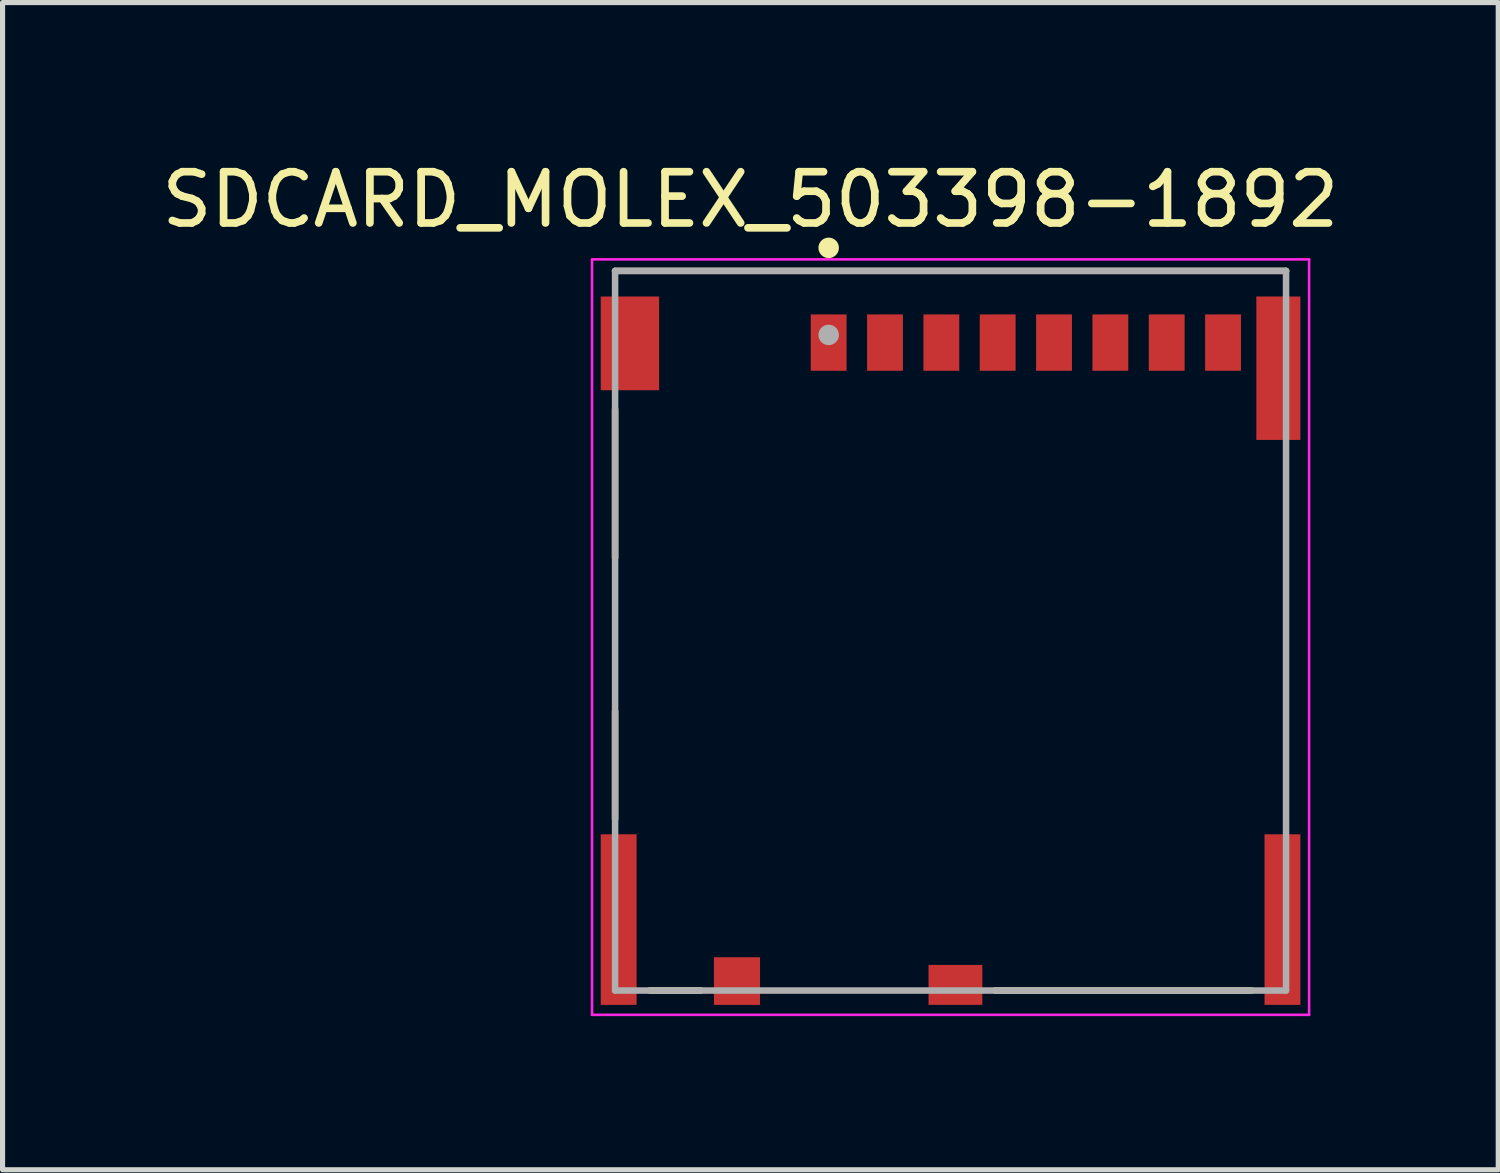
<source format=kicad_pcb>
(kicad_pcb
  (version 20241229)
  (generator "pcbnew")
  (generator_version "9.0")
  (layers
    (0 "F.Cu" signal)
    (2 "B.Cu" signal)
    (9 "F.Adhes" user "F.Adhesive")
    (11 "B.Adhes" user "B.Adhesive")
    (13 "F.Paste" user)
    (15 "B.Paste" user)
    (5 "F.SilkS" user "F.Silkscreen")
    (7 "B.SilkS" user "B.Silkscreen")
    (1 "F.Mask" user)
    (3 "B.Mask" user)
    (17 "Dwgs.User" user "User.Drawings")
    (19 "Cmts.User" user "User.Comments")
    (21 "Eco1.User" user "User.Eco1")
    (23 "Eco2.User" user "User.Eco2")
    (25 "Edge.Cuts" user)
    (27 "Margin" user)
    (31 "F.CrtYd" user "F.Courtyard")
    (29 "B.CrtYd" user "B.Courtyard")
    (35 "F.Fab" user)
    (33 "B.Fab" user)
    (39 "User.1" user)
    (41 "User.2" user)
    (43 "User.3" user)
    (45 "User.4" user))
  (footprint "SDCARD_MOLEX_503398-1892"
    (layer "F.Cu")
    (at 15.509 9.264)
    (property "Reference" "SDCARD_MOLEX_503398-1892" (at -3.908 -8.416 0) (layer "F.SilkS") (effects (font (size 1 1) (thickness 0.15))))
    (attr through_hole)
    (fp_line (start -6.55 -7.025) (end 6.55 -7.025) (stroke (width 0.127) (type solid)) (layer "F.SilkS"))
    (fp_line (start -6.55 -4.325) (end -6.55 -1.425) (stroke (width 0.127) (type solid)) (layer "F.SilkS"))
    (fp_line (start -6.55 1.575) (end -6.55 3.675) (stroke (width 0.127) (type solid)) (layer "F.SilkS"))
    (fp_line (start -5.876 7.025) (end -4.874 7.025) (stroke (width 0.127) (type solid)) (layer "F.SilkS"))
    (fp_line (start 0.874 7.025) (end 5.876 7.025) (stroke (width 0.127) (type solid)) (layer "F.SilkS"))
    (fp_circle (center -2.38 -7.475) (end -2.28 -7.475) (stroke (width 0.2) (type solid)) (fill no) (layer "F.SilkS"))
    (fp_line (start -7 -7.25) (end 7 -7.25) (stroke (width 0.05) (type solid)) (layer "F.CrtYd"))
    (fp_line (start -7 7.5) (end -7 -7.25) (stroke (width 0.05) (type solid)) (layer "F.CrtYd"))
    (fp_line (start 7 -7.25) (end 7 7.5) (stroke (width 0.05) (type solid)) (layer "F.CrtYd"))
    (fp_line (start 7 7.5) (end -7 7.5) (stroke (width 0.05) (type solid)) (layer "F.CrtYd"))
    (fp_line (start -6.55 -7.025) (end 6.55 -7.025) (stroke (width 0.127) (type solid)) (layer "F.Fab"))
    (fp_line (start -6.55 7.025) (end -6.55 -7.025) (stroke (width 0.127) (type solid)) (layer "F.Fab"))
    (fp_line (start 6.55 -7.025) (end 6.55 7.025) (stroke (width 0.127) (type solid)) (layer "F.Fab"))
    (fp_line (start 6.55 7.025) (end -6.55 7.025) (stroke (width 0.127) (type solid)) (layer "F.Fab"))
    (fp_circle (center -2.38 -5.775) (end -2.28 -5.775) (stroke (width 0.2) (type solid)) (fill no) (layer "F.Fab"))
    (pad "1" smd rect (at -2.38 -5.625) (size 0.7 1.1) (layers "F.Cu" "F.Mask" "F.Paste"))
    (pad "2" smd rect (at -1.28 -5.625) (size 0.7 1.1) (layers "F.Cu" "F.Mask" "F.Paste"))
    (pad "3" smd rect (at -0.18 -5.625) (size 0.7 1.1) (layers "F.Cu" "F.Mask" "F.Paste"))
    (pad "4" smd rect (at 0.92 -5.625) (size 0.7 1.1) (layers "F.Cu" "F.Mask" "F.Paste"))
    (pad "5" smd rect (at 2.02 -5.625) (size 0.7 1.1) (layers "F.Cu" "F.Mask" "F.Paste"))
    (pad "6" smd rect (at 3.12 -5.625) (size 0.7 1.1) (layers "F.Cu" "F.Mask" "F.Paste"))
    (pad "7" smd rect (at 4.22 -5.625) (size 0.7 1.1) (layers "F.Cu" "F.Mask" "F.Paste"))
    (pad "8" smd rect (at 5.32 -5.625) (size 0.7 1.1) (layers "F.Cu" "F.Mask" "F.Paste"))
    (pad "9" smd rect (at -4.17 6.84) (size 0.9 0.93) (layers "F.Cu" "F.Mask" "F.Paste"))
    (pad "10" smd rect (at 0.095 6.915) (size 1.05 0.78) (layers "F.Cu" "F.Mask" "F.Paste"))
    (pad "11" smd rect (at -6.48 5.64) (size 0.7 3.33) (layers "F.Cu" "F.Mask" "F.Paste"))
    (pad "11" smd rect (at -6.26 -5.61) (size 1.14 1.83) (layers "F.Cu" "F.Mask" "F.Paste"))
    (pad "11" smd rect (at 6.4 -5.125) (size 0.86 2.8) (layers "F.Cu" "F.Mask" "F.Paste"))
    (pad "11" smd rect (at 6.48 5.64) (size 0.7 3.33) (layers "F.Cu" "F.Mask" "F.Paste")))
  (gr_rect
    (start -3 -3)
    (end 26.202 19.789)
    (stroke (width 0.1) (type default))
    (fill no)
    (layer "Edge.Cuts")))
</source>
